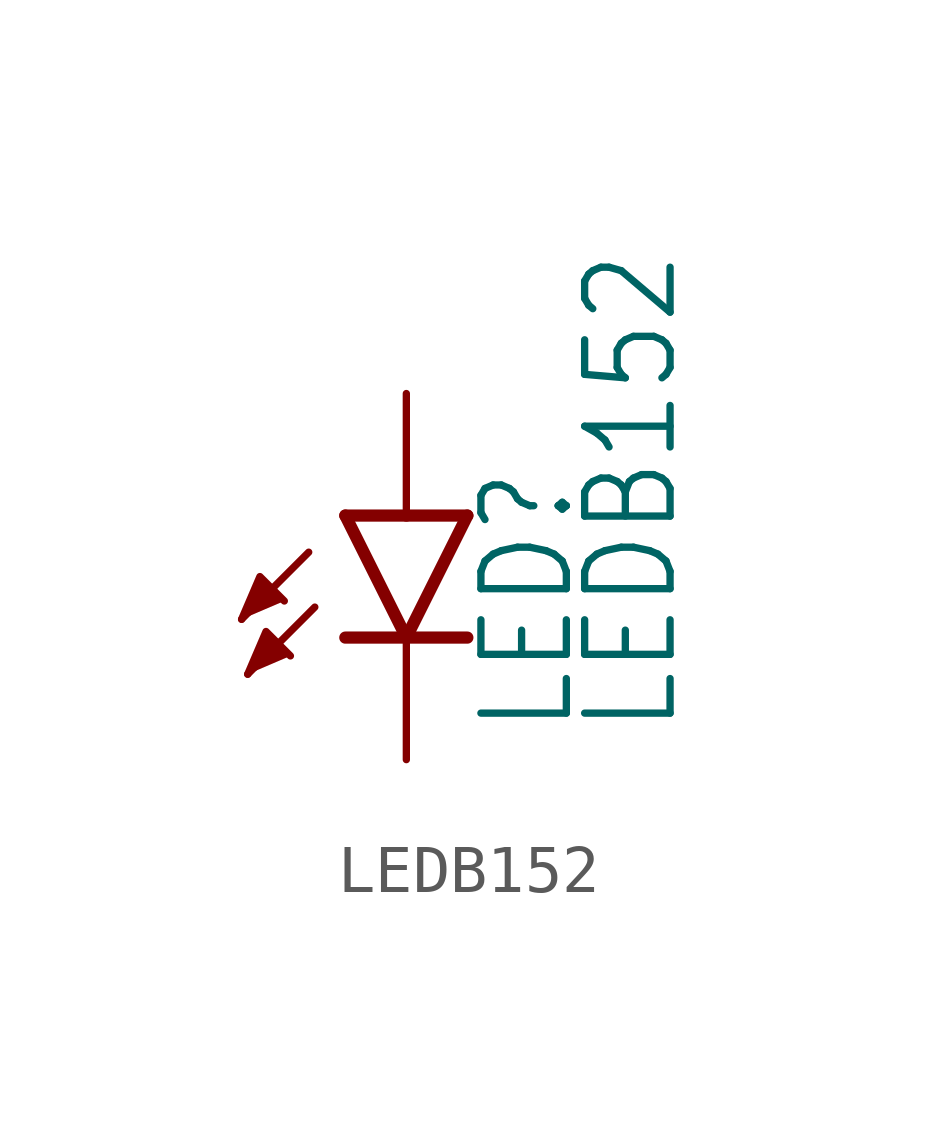
<source format=kicad_sym>
(kicad_symbol_lib
  (version 20200126)
  (host kicad_symbol_editor "(5.99.0-2281-g2f31bf278-dirty)")
  (symbol "LEDB152"
    (property "Reference" "LED"
      (at 3.556 -4.572 90)
      (effects (font (size 1.778 1.511)) (justify left bottom)))
    (property "Value" "LEDB152"
      (at 5.715 -4.572 90)
      (effects (font (size 1.778 1.511)) (justify left bottom)))
    (property "ki_locked" ""
      (at 0 0 0)
      (effects (font (size 1.27 1.27))))
    (symbol "LEDB152_1_0"
      (polyline (pts (xy 1.27 0) (xy 0 -2.54)) (stroke (width 0.254)) (fill (type none)))
      (polyline (pts (xy 0 -2.54) (xy -1.27 0)) (stroke (width 0.254)) (fill (type none)))
      (polyline (pts (xy 1.27 -2.54) (xy 0 -2.54)) (stroke (width 0.254)) (fill (type none)))
      (polyline (pts (xy 0 -2.54) (xy -1.27 -2.54)) (stroke (width 0.254)) (fill (type none)))
      (polyline (pts (xy 1.27 0) (xy 0 0)) (stroke (width 0.254)) (fill (type none)))
      (polyline (pts (xy 0 0) (xy -1.27 0)) (stroke (width 0.254)) (fill (type none)))
      (polyline (pts (xy -2.032 -0.762) (xy -3.429 -2.159)) (stroke (width 0.152)) (fill (type none)))
      (polyline (pts (xy -1.905 -1.905) (xy -3.302 -3.302)) (stroke (width 0.152)) (fill (type none)))
      (polyline (pts (xy -3.429 -2.159) (xy -3.048 -1.27) (xy -2.54 -1.778)) (stroke (width 0)) (fill (type outline)))
      (polyline (pts (xy -3.302 -3.302) (xy -2.921 -2.413) (xy -2.413 -2.921)) (stroke (width 0)) (fill (type outline)))
      (pin passive line (at 0 -5.08 90) (length 2.54) (name "C" (effects (font (size 0 0)))) (number "K" (effects (font (size 0 0)))))
      (pin passive line (at 0 2.54 270) (length 2.54) (name "A" (effects (font (size 0 0)))) (number "A" (effects (font (size 0 0))))))))
</source>
